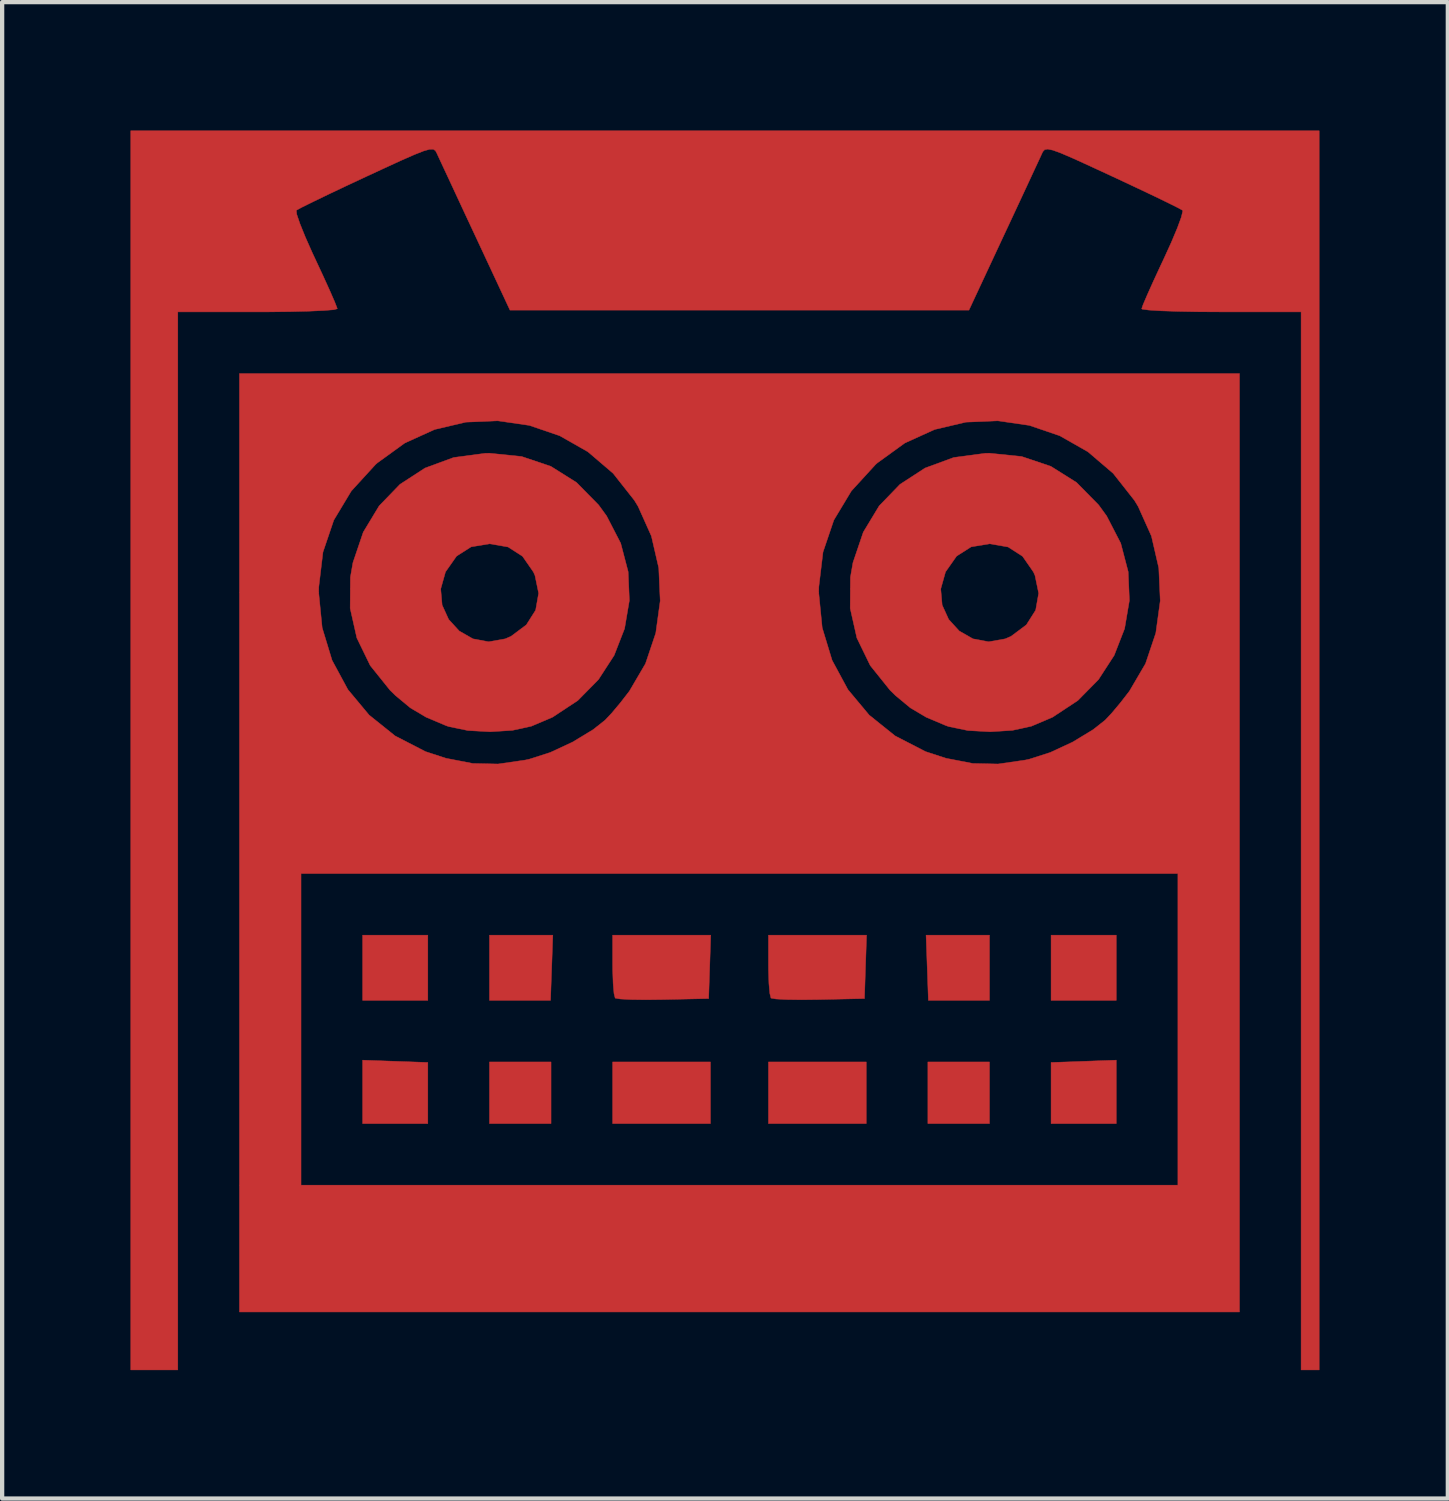
<source format=kicad_pcb>
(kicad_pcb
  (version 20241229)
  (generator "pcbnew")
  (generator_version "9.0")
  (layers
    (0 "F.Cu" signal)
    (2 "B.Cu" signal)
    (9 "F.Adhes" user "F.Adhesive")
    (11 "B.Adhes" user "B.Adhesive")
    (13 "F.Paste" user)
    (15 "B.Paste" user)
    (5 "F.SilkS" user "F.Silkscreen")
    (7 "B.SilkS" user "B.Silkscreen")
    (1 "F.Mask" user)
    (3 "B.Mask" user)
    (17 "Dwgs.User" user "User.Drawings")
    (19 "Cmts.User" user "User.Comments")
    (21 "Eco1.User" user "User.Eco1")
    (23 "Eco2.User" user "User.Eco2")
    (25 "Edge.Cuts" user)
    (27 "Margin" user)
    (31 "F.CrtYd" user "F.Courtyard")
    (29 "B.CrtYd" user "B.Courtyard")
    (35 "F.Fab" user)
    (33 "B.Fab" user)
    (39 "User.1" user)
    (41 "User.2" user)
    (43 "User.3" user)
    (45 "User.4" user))
  (footprint "robo"
    (layer "F.Cu")
    (at 13.89 14.483)
    (property "Reference" "robo" (at 0 0 0) (layer "F.Cu") (effects (font (size 1.524 1.524) (thickness 0.3))))
    (attr through_hole)
    (fp_poly (pts (xy -6.943 5.842) (xy -8.467 5.842) (xy -8.467 4.318) (xy -6.943 4.318) (xy -6.943 5.842)) (stroke (width 0.01) (type solid)) (fill yes) (layer "F.Cu"))
    (fp_poly (pts (xy -4.064 8.721) (xy -5.503 8.721) (xy -5.503 7.281) (xy -4.064 7.281) (xy -4.064 8.721)) (stroke (width 0.01) (type solid)) (fill yes) (layer "F.Cu"))
    (fp_poly (pts (xy -0.339 8.721) (xy -2.625 8.721) (xy -2.625 7.281) (xy -0.339 7.281) (xy -0.339 8.721)) (stroke (width 0.01) (type solid)) (fill yes) (layer "F.Cu"))
    (fp_poly (pts (xy 3.302 8.721) (xy 1.016 8.721) (xy 1.016 7.281) (xy 3.302 7.281) (xy 3.302 8.721)) (stroke (width 0.01) (type solid)) (fill yes) (layer "F.Cu"))
    (fp_poly (pts (xy 6.181 8.721) (xy 4.741 8.721) (xy 4.741 7.281) (xy 6.181 7.281) (xy 6.181 8.721)) (stroke (width 0.01) (type solid)) (fill yes) (layer "F.Cu"))
    (fp_poly (pts (xy 9.144 5.842) (xy 7.62 5.842) (xy 7.62 4.318) (xy 9.144 4.318) (xy 9.144 5.842)) (stroke (width 0.01) (type solid)) (fill yes) (layer "F.Cu"))
    (fp_poly (pts (xy -7.705 7.266) (xy -6.943 7.293) (xy -6.943 8.721) (xy -8.467 8.721) (xy -8.467 7.98) (xy -8.467 7.239) (xy -7.705 7.266)) (stroke (width 0.01) (type solid)) (fill yes) (layer "F.Cu"))
    (fp_poly (pts (xy -4.049 5.08) (xy -4.076 5.842) (xy -5.503 5.842) (xy -5.503 4.318) (xy -4.763 4.318) (xy -4.022 4.318) (xy -4.049 5.08)) (stroke (width 0.01) (type solid)) (fill yes) (layer "F.Cu"))
    (fp_poly (pts (xy 5.44 4.318) (xy 6.181 4.318) (xy 6.181 5.842) (xy 4.753 5.842) (xy 4.726 5.08) (xy 4.699 4.318) (xy 5.44 4.318)) (stroke (width 0.01) (type solid)) (fill yes) (layer "F.Cu"))
    (fp_poly (pts (xy 9.144 7.98) (xy 9.144 8.721) (xy 7.62 8.721) (xy 7.62 7.293) (xy 8.382 7.266) (xy 9.144 7.239) (xy 9.144 7.98)) (stroke (width 0.01) (type solid)) (fill yes) (layer "F.Cu"))
    (fp_poly (pts (xy -0.381 5.8) (xy -1.444 5.823) (xy -1.853 5.828) (xy -2.198 5.823) (xy -2.446 5.81) (xy -2.563 5.79) (xy -2.566 5.788) (xy -2.593 5.681) (xy -2.613 5.449) (xy -2.624 5.135) (xy -2.625 5.024) (xy -2.625 4.318) (xy -0.332 4.318) (xy -0.381 5.8)) (stroke (width 0.01) (type solid)) (fill yes) (layer "F.Cu"))
    (fp_poly (pts (xy 3.284 5.059) (xy 3.26 5.8) (xy 2.197 5.823) (xy 1.788 5.828) (xy 1.443 5.823) (xy 1.194 5.81) (xy 1.078 5.79) (xy 1.075 5.788) (xy 1.048 5.681) (xy 1.027 5.449) (xy 1.017 5.135) (xy 1.016 5.024) (xy 1.016 4.318) (xy 3.309 4.318) (xy 3.284 5.059)) (stroke (width 0.01) (type solid)) (fill yes) (layer "F.Cu"))
    (fp_poly (pts (xy -4.75 -6.866) (xy -4.07 -6.637) (xy -3.47 -6.26) (xy -2.953 -5.735) (xy -2.765 -5.476) (xy -2.436 -4.839) (xy -2.262 -4.174) (xy -2.234 -3.502) (xy -2.346 -2.844) (xy -2.589 -2.22) (xy -2.956 -1.654) (xy -3.439 -1.164) (xy -4.03 -0.774) (xy -4.524 -0.564) (xy -4.967 -0.467) (xy -5.485 -0.434) (xy -6.005 -0.463) (xy -6.452 -0.555) (xy -6.519 -0.578) (xy -6.983 -0.774) (xy -7.352 -0.993) (xy -7.698 -1.28) (xy -7.826 -1.405) (xy -8.289 -1.982) (xy -8.602 -2.626) (xy -8.758 -3.319) (xy -8.755 -3.772) (xy -6.642 -3.772) (xy -6.609 -3.395) (xy -6.456 -3.059) (xy -6.208 -2.788) (xy -5.889 -2.606) (xy -5.522 -2.537) (xy -5.134 -2.606) (xy -4.999 -2.665) (xy -4.642 -2.932) (xy -4.424 -3.276) (xy -4.354 -3.671) (xy -4.44 -4.087) (xy -4.477 -4.169) (xy -4.73 -4.534) (xy -5.069 -4.752) (xy -5.496 -4.826) (xy -5.503 -4.826) (xy -5.931 -4.755) (xy -6.271 -4.539) (xy -6.526 -4.176) (xy -6.531 -4.167) (xy -6.642 -3.772) (xy -8.755 -3.772) (xy -8.753 -4.043) (xy -8.693 -4.387) (xy -8.452 -5.098) (xy -8.081 -5.712) (xy -7.594 -6.216) (xy -7.008 -6.597) (xy -6.339 -6.843) (xy -5.602 -6.941) (xy -5.503 -6.943) (xy -4.75 -6.866)) (stroke (width 0.01) (type solid)) (fill yes) (layer "F.Cu"))
    (fp_poly (pts (xy 6.934 -6.866) (xy 7.614 -6.637) (xy 8.214 -6.26) (xy 8.731 -5.735) (xy 8.919 -5.476) (xy 9.248 -4.839) (xy 9.422 -4.174) (xy 9.45 -3.502) (xy 9.338 -2.844) (xy 9.095 -2.22) (xy 8.728 -1.654) (xy 8.245 -1.164) (xy 7.654 -0.774) (xy 7.16 -0.564) (xy 6.717 -0.467) (xy 6.199 -0.434) (xy 5.679 -0.463) (xy 5.232 -0.555) (xy 5.165 -0.578) (xy 4.701 -0.774) (xy 4.332 -0.993) (xy 3.986 -1.28) (xy 3.858 -1.405) (xy 3.395 -1.982) (xy 3.082 -2.626) (xy 2.926 -3.319) (xy 2.929 -3.772) (xy 5.042 -3.772) (xy 5.075 -3.395) (xy 5.228 -3.059) (xy 5.476 -2.788) (xy 5.795 -2.606) (xy 6.162 -2.537) (xy 6.55 -2.606) (xy 6.685 -2.665) (xy 7.042 -2.932) (xy 7.26 -3.276) (xy 7.33 -3.671) (xy 7.244 -4.087) (xy 7.207 -4.169) (xy 6.954 -4.534) (xy 6.615 -4.752) (xy 6.188 -4.826) (xy 6.181 -4.826) (xy 5.753 -4.755) (xy 5.413 -4.539) (xy 5.158 -4.176) (xy 5.153 -4.167) (xy 5.042 -3.772) (xy 2.929 -3.772) (xy 2.931 -4.043) (xy 2.991 -4.387) (xy 3.232 -5.098) (xy 3.603 -5.712) (xy 4.09 -6.216) (xy 4.676 -6.597) (xy 5.345 -6.843) (xy 6.082 -6.941) (xy 6.181 -6.943) (xy 6.934 -6.866)) (stroke (width 0.01) (type solid)) (fill yes) (layer "F.Cu"))
    (fp_poly (pts (xy 13.885 14.478) (xy 13.462 14.478) (xy 13.462 -10.245) (xy 11.599 -10.245) (xy 11.058 -10.248) (xy 10.579 -10.257) (xy 10.186 -10.27) (xy 9.902 -10.288) (xy 9.753 -10.308) (xy 9.737 -10.318) (xy 9.771 -10.417) (xy 9.866 -10.639) (xy 10.007 -10.954) (xy 10.183 -11.334) (xy 10.249 -11.474) (xy 10.428 -11.866) (xy 10.57 -12.204) (xy 10.663 -12.458) (xy 10.697 -12.6) (xy 10.693 -12.618) (xy 10.599 -12.671) (xy 10.375 -12.783) (xy 10.046 -12.943) (xy 9.635 -13.138) (xy 9.167 -13.358) (xy 9.059 -13.408) (xy 8.532 -13.652) (xy 8.137 -13.832) (xy 7.854 -13.954) (xy 7.663 -14.024) (xy 7.543 -14.049) (xy 7.472 -14.037) (xy 7.431 -13.994) (xy 7.408 -13.949) (xy 7.349 -13.82) (xy 7.229 -13.563) (xy 7.061 -13.201) (xy 6.856 -12.761) (xy 6.625 -12.266) (xy 6.512 -12.025) (xy 5.701 -10.287) (xy -5.024 -10.287) (xy -5.835 -12.025) (xy -6.074 -12.536) (xy -6.292 -13.005) (xy -6.479 -13.407) (xy -6.623 -13.715) (xy -6.712 -13.907) (xy -6.731 -13.949) (xy -6.764 -14.01) (xy -6.812 -14.045) (xy -6.896 -14.046) (xy -7.036 -14.007) (xy -7.252 -13.922) (xy -7.567 -13.784) (xy -8 -13.585) (xy -8.382 -13.408) (xy -8.859 -13.185) (xy -9.285 -12.983) (xy -9.634 -12.814) (xy -9.883 -12.691) (xy -10.007 -12.624) (xy -10.016 -12.618) (xy -10.006 -12.524) (xy -9.932 -12.307) (xy -9.806 -11.995) (xy -9.639 -11.619) (xy -9.571 -11.474) (xy -9.387 -11.079) (xy -9.232 -10.738) (xy -9.12 -10.481) (xy -9.064 -10.336) (xy -9.059 -10.318) (xy -9.14 -10.296) (xy -9.366 -10.278) (xy -9.713 -10.262) (xy -10.156 -10.251) (xy -10.672 -10.245) (xy -10.922 -10.245) (xy -12.785 -10.245) (xy -12.785 14.478) (xy -13.885 14.478) (xy -13.885 -14.478) (xy 13.885 -14.478) (xy 13.885 14.478)) (stroke (width 0.01) (type solid)) (fill yes) (layer "F.Cu"))
    (fp_poly (pts (xy 12.023 13.123) (xy -11.345 13.123) (xy -11.345 2.879) (xy -9.906 2.879) (xy -9.906 10.16) (xy 10.583 10.16) (xy 10.583 2.879) (xy -9.906 2.879) (xy -11.345 2.879) (xy -11.345 -3.683) (xy -9.493 -3.683) (xy -9.412 -2.865) (xy -9.181 -2.105) (xy -8.811 -1.42) (xy -8.315 -0.825) (xy -7.707 -0.337) (xy -6.997 0.029) (xy -6.519 0.185) (xy -5.894 0.306) (xy -5.303 0.319) (xy -4.668 0.227) (xy -4.575 0.207) (xy -4.082 0.049) (xy -3.56 -0.194) (xy -3.082 -0.484) (xy -2.803 -0.704) (xy -2.649 -0.867) (xy -2.443 -1.113) (xy -2.233 -1.384) (xy -1.857 -2.026) (xy -1.617 -2.74) (xy -1.513 -3.495) (xy -1.522 -3.683) (xy 2.191 -3.683) (xy 2.272 -2.865) (xy 2.503 -2.105) (xy 2.873 -1.42) (xy 3.369 -0.825) (xy 3.977 -0.337) (xy 4.687 0.029) (xy 5.165 0.185) (xy 5.79 0.306) (xy 6.381 0.319) (xy 7.016 0.227) (xy 7.109 0.207) (xy 7.602 0.049) (xy 8.124 -0.194) (xy 8.602 -0.484) (xy 8.881 -0.704) (xy 9.035 -0.867) (xy 9.241 -1.113) (xy 9.451 -1.384) (xy 9.827 -2.026) (xy 10.067 -2.74) (xy 10.171 -3.495) (xy 10.137 -4.26) (xy 9.965 -5.006) (xy 9.654 -5.7) (xy 9.568 -5.841) (xy 9.071 -6.472) (xy 8.481 -6.976) (xy 7.822 -7.351) (xy 7.113 -7.593) (xy 6.375 -7.7) (xy 5.63 -7.669) (xy 4.899 -7.497) (xy 4.203 -7.181) (xy 3.562 -6.717) (xy 3.519 -6.679) (xy 2.953 -6.06) (xy 2.544 -5.38) (xy 2.291 -4.634) (xy 2.193 -3.819) (xy 2.191 -3.683) (xy -1.522 -3.683) (xy -1.547 -4.26) (xy -1.719 -5.006) (xy -2.03 -5.7) (xy -2.116 -5.841) (xy -2.613 -6.472) (xy -3.203 -6.976) (xy -3.862 -7.351) (xy -4.571 -7.593) (xy -5.309 -7.7) (xy -6.054 -7.669) (xy -6.785 -7.497) (xy -7.481 -7.181) (xy -8.122 -6.717) (xy -8.165 -6.679) (xy -8.731 -6.06) (xy -9.14 -5.38) (xy -9.393 -4.634) (xy -9.491 -3.819) (xy -9.493 -3.683) (xy -11.345 -3.683) (xy -11.345 -8.805) (xy 12.023 -8.805) (xy 12.023 13.123)) (stroke (width 0.01) (type solid)) (fill yes) (layer "F.Cu")))
  (gr_rect
    (start -3 -3)
    (end 30.781 31.966)
    (stroke (width 0.1) (type default))
    (fill no)
    (layer "Edge.Cuts")))
</source>
